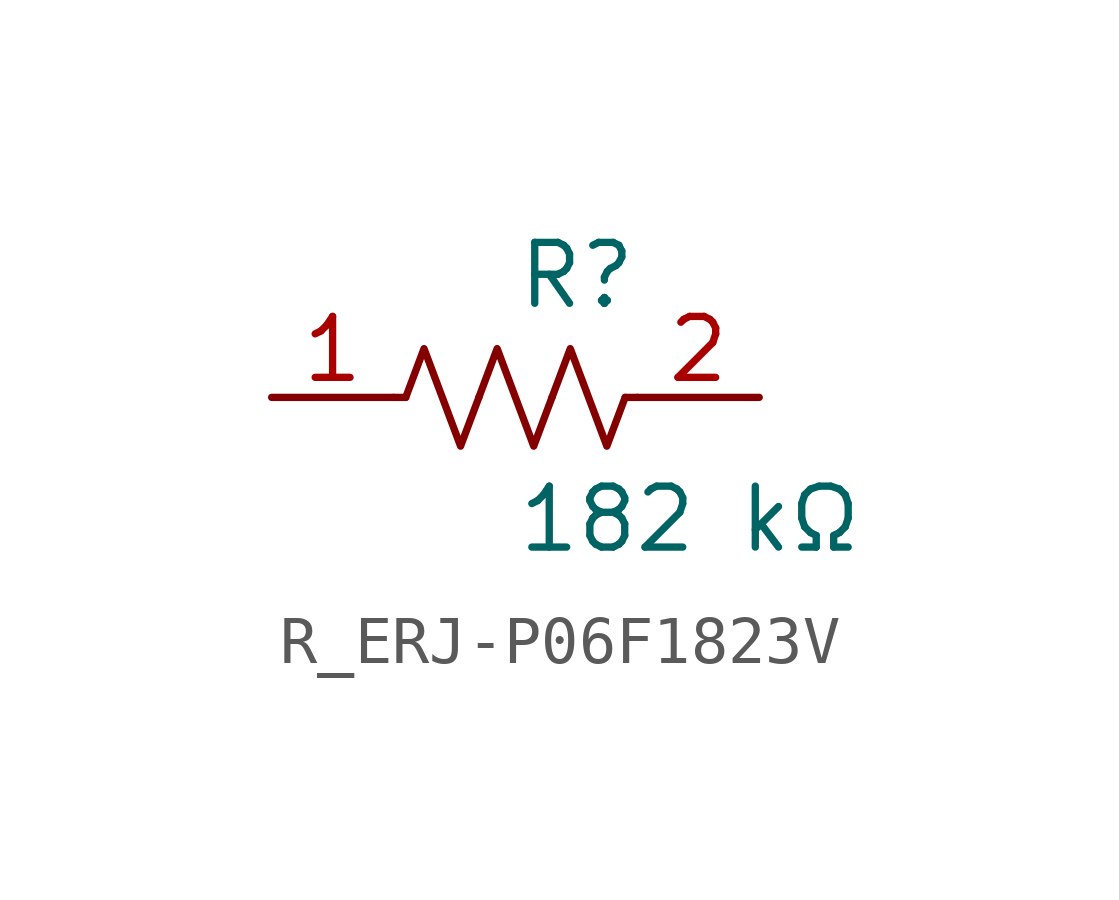
<source format=kicad_sym>
(kicad_symbol_lib
  (version 20231120)
  (generator kicad_symbol_editor)
  (generator_version 8.0)
  (symbol "R_ERJ-P06F1823V"
    (pin_names
      (offset 0.254))
    (property "Reference" "R"
      (at 0 2.54 0)
      (effects (font (size 1.27 1.27)) (justify left)))
    (property "Value" "182 kΩ"
      (at 0 -2.54 0)
      (effects (font (size 1.27 1.27)) (justify left)))
    (symbol "R_ERJ-P06F1823V_0_1"
      (polyline (pts (xy 2.286 0) (xy 2.54 0)) (stroke (width 0) (type default)) (fill (type none)))
      (polyline (pts (xy -2.286 0) (xy -2.54 0)) (stroke (width 0) (type default)) (fill (type none)))
      (polyline (pts (xy 0.762 0) (xy 1.143 1.016) (xy 1.524 0) (xy 1.905 -1.016) (xy 2.286 0)) (stroke (width 0) (type default)) (fill (type none)))
      (polyline (pts (xy -0.762 0) (xy -0.381 1.016) (xy 0 0) (xy 0.381 -1.016) (xy 0.762 0)) (stroke (width 0) (type default)) (fill (type none)))
      (polyline (pts (xy -2.286 0) (xy -1.905 1.016) (xy -1.524 0) (xy -1.143 -1.016) (xy -0.762 0)) (stroke (width 0) (type default)) (fill (type none))))
    (pin passive line
      (at -5.08 0 0)
      (length 2.54)
      (name "" (effects (font (size 1.27 1.27))))
      (number "1" (effects (font (size 1.27 1.27)))))
    (pin passive line
      (at 5.08 0 180)
      (length 2.54)
      (name "" (effects (font (size 1.27 1.27))))
      (number "2" (effects (font (size 1.27 1.27)))))))
</source>
